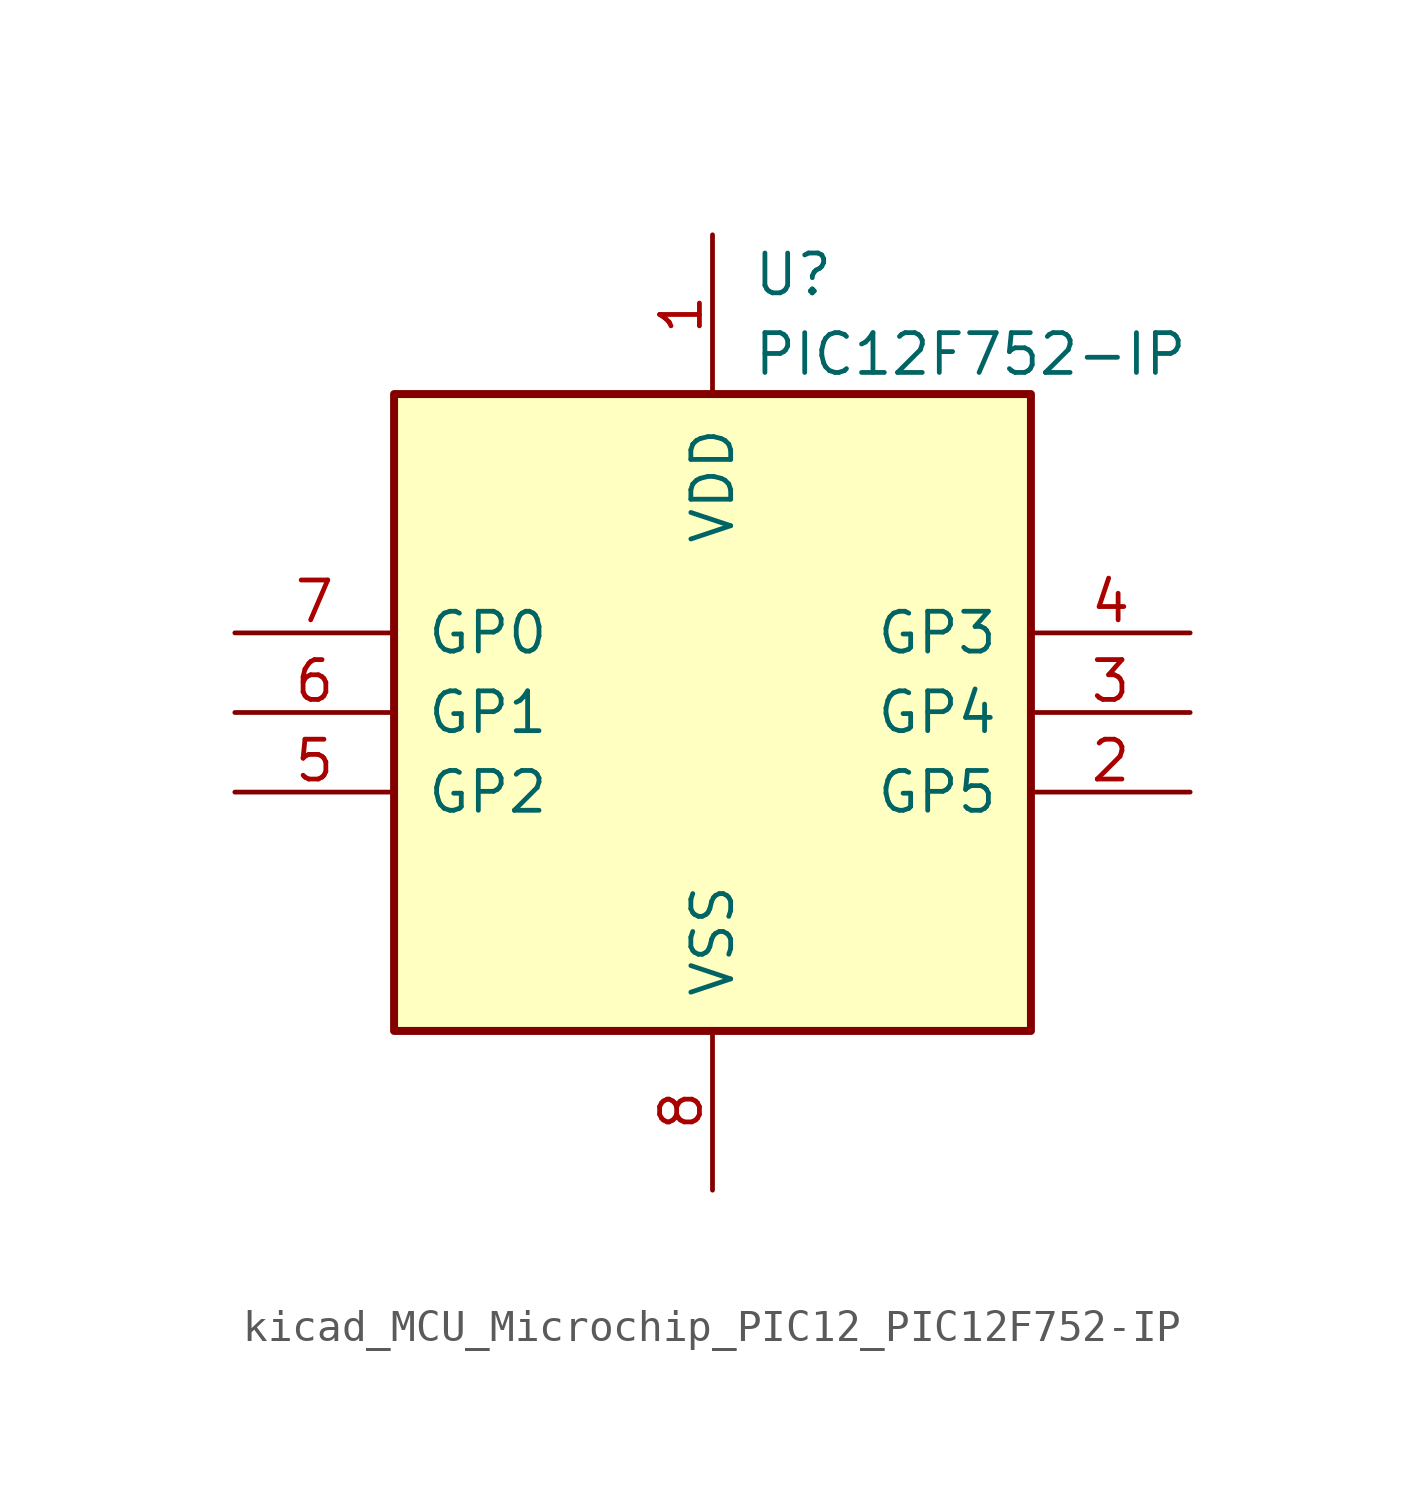
<source format=kicad_sym>
(kicad_symbol_lib
  (version 20220914)
  (generator kicad_symbol_editor)
  (symbol "kicad_MCU_Microchip_PIC12_PIC12F752-IP"
    (pin_names
      (offset 1.016))
    (property "Reference" "U"
      (at 1.27 13.97 0)
      (effects (font (size 1.27 1.27)) (justify left)))
    (property "Value" "PIC12F752-IP"
      (at 1.27 11.43 0)
      (effects (font (size 1.27 1.27)) (justify left)))
    (symbol "kicad_MCU_Microchip_PIC12_PIC12F752-IP_0_1"
      (rectangle (start 10.16 -10.16) (end -10.16 10.16) (stroke (width 0.254) (type default)) (fill (type background))))
    (symbol "kicad_MCU_Microchip_PIC12_PIC12F752-IP_1_1"
      (pin power_in line (at 0 15.24 270) (length 5.08) (name "VDD" (effects (font (size 1.27 1.27)))) (number "1" (effects (font (size 1.27 1.27)))))
      (pin bidirectional line (at 15.24 -2.54 180) (length 5.08) (name "GP5" (effects (font (size 1.27 1.27)))) (number "2" (effects (font (size 1.27 1.27)))))
      (pin bidirectional line (at 15.24 0 180) (length 5.08) (name "GP4" (effects (font (size 1.27 1.27)))) (number "3" (effects (font (size 1.27 1.27)))))
      (pin input line (at 15.24 2.54 180) (length 5.08) (name "GP3" (effects (font (size 1.27 1.27)))) (number "4" (effects (font (size 1.27 1.27)))))
      (pin bidirectional line (at -15.24 -2.54 0) (length 5.08) (name "GP2" (effects (font (size 1.27 1.27)))) (number "5" (effects (font (size 1.27 1.27)))))
      (pin bidirectional line (at -15.24 0 0) (length 5.08) (name "GP1" (effects (font (size 1.27 1.27)))) (number "6" (effects (font (size 1.27 1.27)))))
      (pin bidirectional line (at -15.24 2.54 0) (length 5.08) (name "GP0" (effects (font (size 1.27 1.27)))) (number "7" (effects (font (size 1.27 1.27)))))
      (pin power_in line (at 0 -15.24 90) (length 5.08) (name "VSS" (effects (font (size 1.27 1.27)))) (number "8" (effects (font (size 1.27 1.27))))))))
</source>
